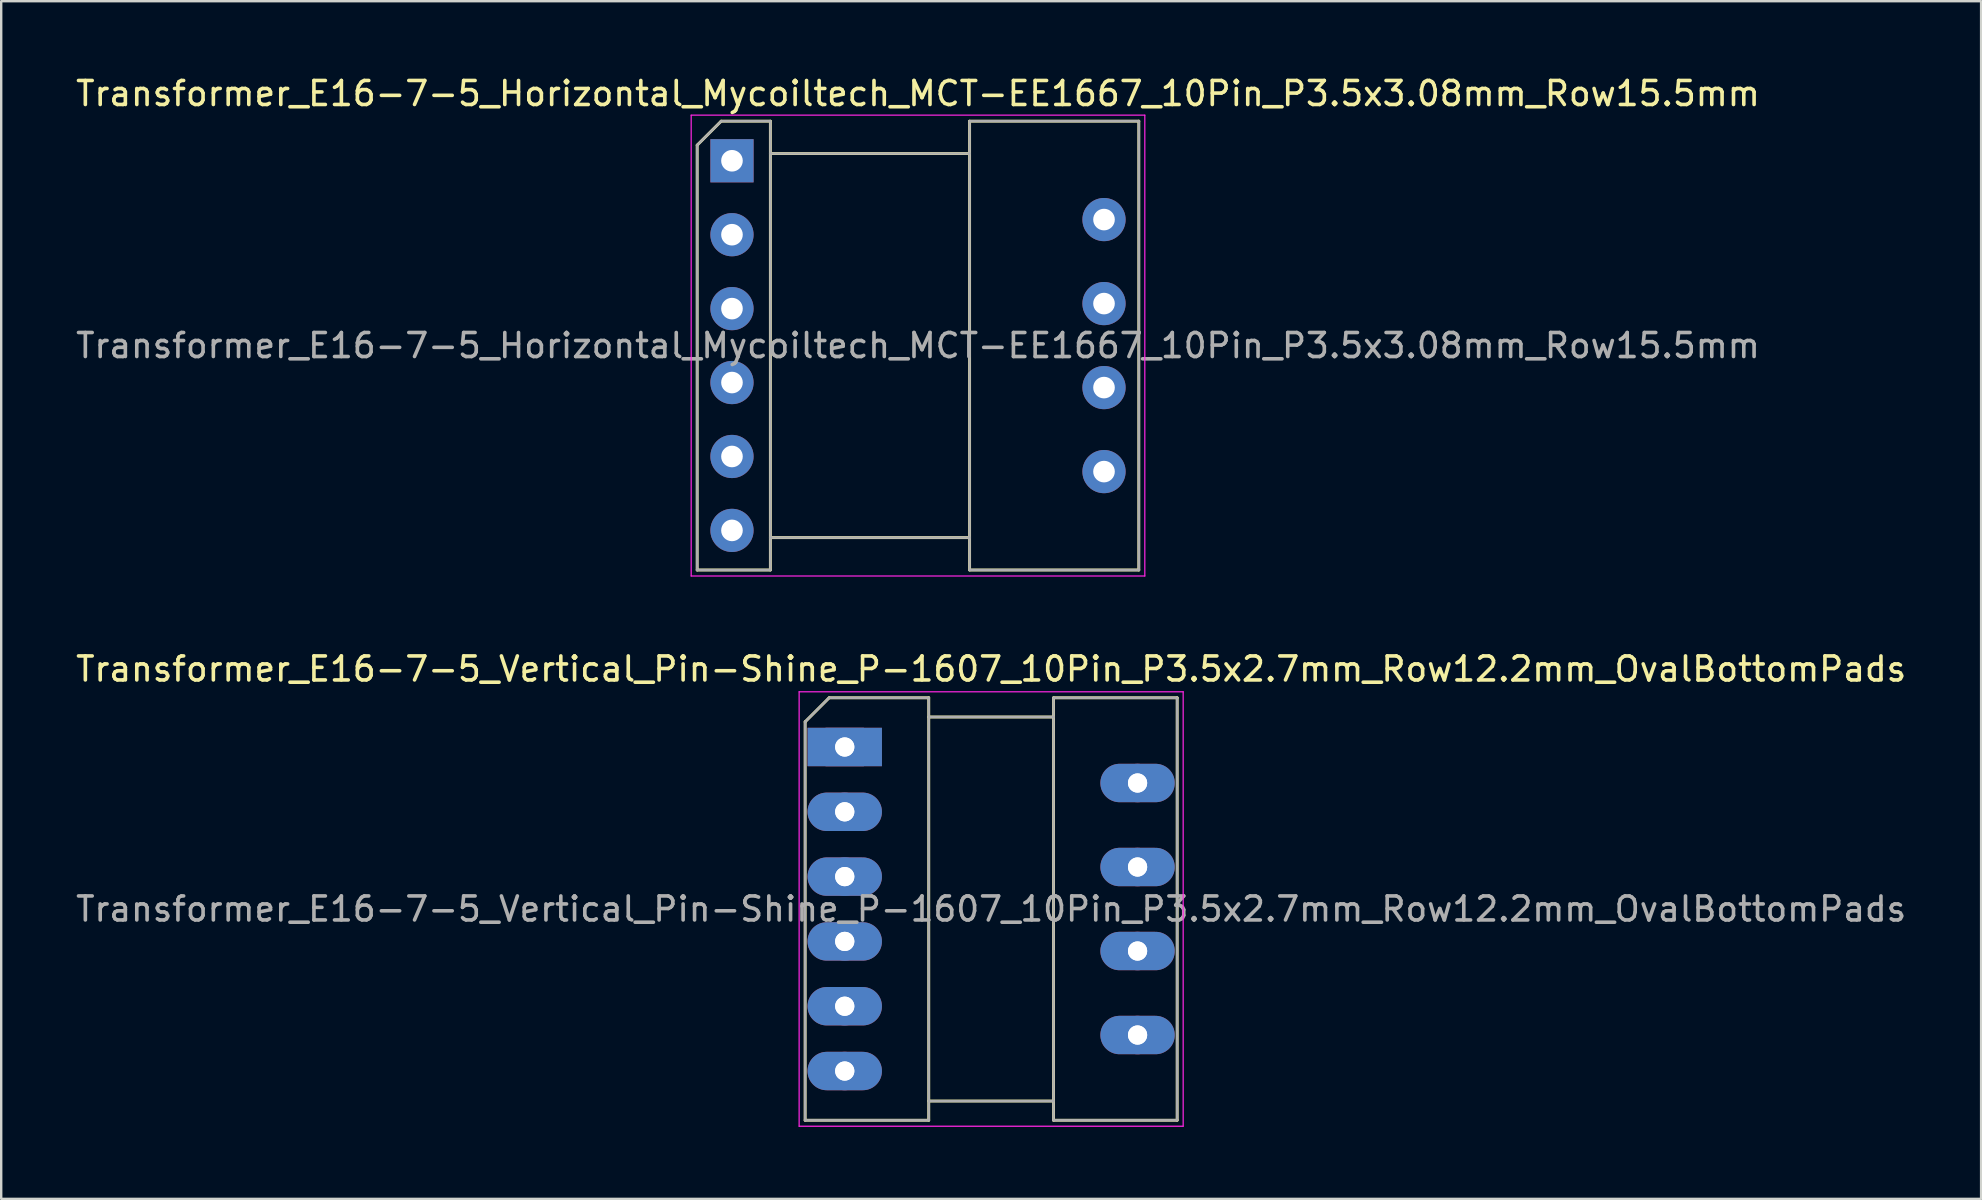
<source format=kicad_pcb>
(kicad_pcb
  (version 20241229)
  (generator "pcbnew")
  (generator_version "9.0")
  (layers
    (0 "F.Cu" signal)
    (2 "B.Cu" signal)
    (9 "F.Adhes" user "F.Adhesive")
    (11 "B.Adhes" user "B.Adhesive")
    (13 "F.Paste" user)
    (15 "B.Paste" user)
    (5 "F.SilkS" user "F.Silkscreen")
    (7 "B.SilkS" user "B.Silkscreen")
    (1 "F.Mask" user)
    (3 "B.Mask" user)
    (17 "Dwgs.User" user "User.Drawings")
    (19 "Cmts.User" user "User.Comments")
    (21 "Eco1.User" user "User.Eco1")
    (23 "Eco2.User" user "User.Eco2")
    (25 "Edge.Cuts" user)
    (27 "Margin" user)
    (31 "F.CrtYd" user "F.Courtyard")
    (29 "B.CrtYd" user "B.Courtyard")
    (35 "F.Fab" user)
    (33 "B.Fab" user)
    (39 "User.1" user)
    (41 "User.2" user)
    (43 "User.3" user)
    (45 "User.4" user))
  (footprint "Transformer_E16-7-5_Vertical_Pin-Shine_P-1607_10Pin_P3.5x2.7mm_Row12.2mm_OvalBottomPads"
    (layer "F.Cu")
    (at 32.144 28.072)
    (property "Reference" "Transformer_E16-7-5_Vertical_Pin-Shine_P-1607_10Pin_P3.5x2.7mm_Row12.2mm_OvalBottomPads" (at 6.1 -3.25 0) (layer "F.SilkS") (effects (font (size 1 1) (thickness 0.15))))
    (attr through_hole)
    (fp_line (start -1.65 15.55) (end -1.65 -1.05) (stroke (width 0.12) (type solid)) (layer "F.SilkS"))
    (fp_line (start -1.65 15.55) (end 3.5 15.55) (stroke (width 0.12) (type solid)) (layer "F.SilkS"))
    (fp_line (start -0.65 -2.05) (end -1.65 -1.05) (stroke (width 0.12) (type solid)) (layer "F.SilkS"))
    (fp_line (start -0.65 -2.05) (end 3.5 -2.05) (stroke (width 0.12) (type solid)) (layer "F.SilkS"))
    (fp_line (start 3.5 -1.25) (end 8.7 -1.25) (stroke (width 0.12) (type solid)) (layer "F.SilkS"))
    (fp_line (start 3.5 15.55) (end 3.5 -2.05) (stroke (width 0.12) (type solid)) (layer "F.SilkS"))
    (fp_line (start 8.7 -2.05) (end 8.7 15.55) (stroke (width 0.12) (type solid)) (layer "F.SilkS"))
    (fp_line (start 8.7 14.75) (end 3.5 14.75) (stroke (width 0.12) (type solid)) (layer "F.SilkS"))
    (fp_line (start 13.85 -2.05) (end 8.7 -2.05) (stroke (width 0.12) (type solid)) (layer "F.SilkS"))
    (fp_line (start 13.85 -2.05) (end 13.85 15.55) (stroke (width 0.12) (type solid)) (layer "F.SilkS"))
    (fp_line (start 13.85 15.55) (end 8.7 15.55) (stroke (width 0.12) (type solid)) (layer "F.SilkS"))
    (fp_line (start -1.9 -2.3) (end -1.9 15.8) (stroke (width 0.05) (type solid)) (layer "F.CrtYd"))
    (fp_line (start -1.9 -2.3) (end 14.1 -2.3) (stroke (width 0.05) (type solid)) (layer "F.CrtYd"))
    (fp_line (start -1.9 15.8) (end 14.1 15.8) (stroke (width 0.05) (type solid)) (layer "F.CrtYd"))
    (fp_line (start 14.1 -2.3) (end 14.1 15.8) (stroke (width 0.05) (type solid)) (layer "F.CrtYd"))
    (fp_line (start -1.65 15.55) (end -1.65 -1.05) (stroke (width 0.1) (type solid)) (layer "F.Fab"))
    (fp_line (start -1.65 15.55) (end 3.5 15.55) (stroke (width 0.1) (type solid)) (layer "F.Fab"))
    (fp_line (start -0.65 -2.05) (end -1.65 -1.05) (stroke (width 0.1) (type solid)) (layer "F.Fab"))
    (fp_line (start -0.65 -2.05) (end 3.5 -2.05) (stroke (width 0.1) (type solid)) (layer "F.Fab"))
    (fp_line (start 3.5 -1.25) (end 8.7 -1.25) (stroke (width 0.1) (type solid)) (layer "F.Fab"))
    (fp_line (start 3.5 15.55) (end 3.5 -2.05) (stroke (width 0.1) (type solid)) (layer "F.Fab"))
    (fp_line (start 8.7 -2.05) (end 8.7 15.55) (stroke (width 0.1) (type solid)) (layer "F.Fab"))
    (fp_line (start 8.7 14.75) (end 3.5 14.75) (stroke (width 0.1) (type solid)) (layer "F.Fab"))
    (fp_line (start 13.85 -2.05) (end 8.7 -2.05) (stroke (width 0.1) (type solid)) (layer "F.Fab"))
    (fp_line (start 13.85 -2.05) (end 13.85 15.55) (stroke (width 0.1) (type solid)) (layer "F.Fab"))
    (fp_line (start 13.85 15.55) (end 8.7 15.55) (stroke (width 0.1) (type solid)) (layer "F.Fab"))
    (fp_text user "${REFERENCE}" (at 6.1 6.75 0) (layer "F.Fab") (effects (font (size 1 1) (thickness 0.15))))
    (pad "1" thru_hole rect (at 0 0) (size 1.6 1.6) (drill 0.8) (layers "*.Cu" "*.Mask"))
    (pad "1" thru_hole rect (at 0 0) (size 3.1 1.6) (drill 0.8) (layers "B.Cu" "B.Mask"))
    (pad "2" thru_hole circle (at 0 2.7) (size 1.6 1.6) (drill 0.8) (layers "*.Cu" "*.Mask"))
    (pad "2" thru_hole oval (at 0 2.7) (size 3.1 1.6) (drill 0.8) (layers "B.Cu" "B.Mask"))
    (pad "3" thru_hole circle (at 0 5.4) (size 1.6 1.6) (drill 0.8) (layers "*.Cu" "*.Mask"))
    (pad "3" thru_hole oval (at 0 5.4) (size 3.1 1.6) (drill 0.8) (layers "B.Cu" "B.Mask"))
    (pad "4" thru_hole circle (at 0 8.1) (size 1.6 1.6) (drill 0.8) (layers "*.Cu" "*.Mask"))
    (pad "4" thru_hole oval (at 0 8.1) (size 3.1 1.6) (drill 0.8) (layers "B.Cu" "B.Mask"))
    (pad "5" thru_hole circle (at 0 10.8) (size 1.6 1.6) (drill 0.8) (layers "*.Cu" "*.Mask"))
    (pad "5" thru_hole oval (at 0 10.8) (size 3.1 1.6) (drill 0.8) (layers "B.Cu" "B.Mask"))
    (pad "6" thru_hole circle (at 0 13.5) (size 1.6 1.6) (drill 0.8) (layers "*.Cu" "*.Mask"))
    (pad "6" thru_hole oval (at 0 13.5) (size 3.1 1.6) (drill 0.8) (layers "B.Cu" "B.Mask"))
    (pad "7" thru_hole circle (at 12.2 12) (size 1.6 1.6) (drill 0.8) (layers "*.Cu" "*.Mask"))
    (pad "7" thru_hole oval (at 12.2 12) (size 3.1 1.6) (drill 0.8) (layers "B.Cu" "B.Mask"))
    (pad "8" thru_hole circle (at 12.2 8.5) (size 1.6 1.6) (drill 0.8) (layers "*.Cu" "*.Mask"))
    (pad "8" thru_hole oval (at 12.2 8.5) (size 3.1 1.6) (drill 0.8) (layers "B.Cu" "B.Mask"))
    (pad "9" thru_hole circle (at 12.2 5) (size 1.6 1.6) (drill 0.8) (layers "*.Cu" "*.Mask"))
    (pad "9" thru_hole oval (at 12.2 5) (size 3.1 1.6) (drill 0.8) (layers "B.Cu" "B.Mask"))
    (pad "10" thru_hole circle (at 12.2 1.5) (size 1.6 1.6) (drill 0.8) (layers "*.Cu" "*.Mask"))
    (pad "10" thru_hole oval (at 12.2 1.5) (size 3.1 1.6) (drill 0.8) (layers "B.Cu" "B.Mask")))
  (footprint "Transformer_E16-7-5_Horizontal_Mycoiltech_MCT-EE1667_10Pin_P3.5x3.08mm_Row15.5mm"
    (layer "F.Cu")
    (at 35.196 11.348)
    (property "Reference" "Transformer_E16-7-5_Horizontal_Mycoiltech_MCT-EE1667_10Pin_P3.5x3.08mm_Row15.5mm" (at 0 -10.5 0) (layer "F.SilkS") (effects (font (size 1 1) (thickness 0.15))))
    (attr through_hole)
    (fp_line (start -9.2 9.35) (end -9.2 -8.35) (stroke (width 0.12) (type solid)) (layer "F.SilkS"))
    (fp_line (start -9.2 9.35) (end -6.15 9.35) (stroke (width 0.12) (type solid)) (layer "F.SilkS"))
    (fp_line (start -8.2 -9.35) (end -9.2 -8.35) (stroke (width 0.12) (type solid)) (layer "F.SilkS"))
    (fp_line (start -8.2 -9.35) (end -6.15 -9.35) (stroke (width 0.12) (type solid)) (layer "F.SilkS"))
    (fp_line (start -6.15 -8) (end 2.15 -8) (stroke (width 0.12) (type solid)) (layer "F.SilkS"))
    (fp_line (start -6.15 9.35) (end -6.15 -9.35) (stroke (width 0.12) (type solid)) (layer "F.SilkS"))
    (fp_line (start 2.15 -9.35) (end 2.15 9.35) (stroke (width 0.12) (type solid)) (layer "F.SilkS"))
    (fp_line (start 2.15 8) (end -6.15 8) (stroke (width 0.12) (type solid)) (layer "F.SilkS"))
    (fp_line (start 9.2 -9.35) (end 2.15 -9.35) (stroke (width 0.12) (type solid)) (layer "F.SilkS"))
    (fp_line (start 9.2 -9.35) (end 9.2 9.35) (stroke (width 0.12) (type solid)) (layer "F.SilkS"))
    (fp_line (start 9.2 9.35) (end 2.15 9.35) (stroke (width 0.12) (type solid)) (layer "F.SilkS"))
    (fp_line (start -9.45 -9.6) (end -9.45 9.6) (stroke (width 0.05) (type solid)) (layer "F.CrtYd"))
    (fp_line (start -9.45 -9.6) (end 9.45 -9.6) (stroke (width 0.05) (type solid)) (layer "F.CrtYd"))
    (fp_line (start -9.45 9.6) (end 9.45 9.6) (stroke (width 0.05) (type solid)) (layer "F.CrtYd"))
    (fp_line (start 9.45 -9.6) (end 9.45 9.6) (stroke (width 0.05) (type solid)) (layer "F.CrtYd"))
    (fp_line (start -9.2 9.35) (end -9.2 -8.35) (stroke (width 0.1) (type solid)) (layer "F.Fab"))
    (fp_line (start -9.2 9.35) (end -6.15 9.35) (stroke (width 0.1) (type solid)) (layer "F.Fab"))
    (fp_line (start -8.2 -9.35) (end -9.2 -8.35) (stroke (width 0.1) (type solid)) (layer "F.Fab"))
    (fp_line (start -8.2 -9.35) (end -6.15 -9.35) (stroke (width 0.1) (type solid)) (layer "F.Fab"))
    (fp_line (start -6.15 -8) (end 2.15 -8) (stroke (width 0.1) (type solid)) (layer "F.Fab"))
    (fp_line (start -6.15 9.35) (end -6.15 -9.35) (stroke (width 0.1) (type solid)) (layer "F.Fab"))
    (fp_line (start 2.15 -9.35) (end 2.15 9.35) (stroke (width 0.1) (type solid)) (layer "F.Fab"))
    (fp_line (start 2.15 8) (end -6.15 8) (stroke (width 0.1) (type solid)) (layer "F.Fab"))
    (fp_line (start 9.2 -9.35) (end 2.15 -9.35) (stroke (width 0.1) (type solid)) (layer "F.Fab"))
    (fp_line (start 9.2 -9.35) (end 9.2 9.35) (stroke (width 0.1) (type solid)) (layer "F.Fab"))
    (fp_line (start 9.2 9.35) (end 2.15 9.35) (stroke (width 0.1) (type solid)) (layer "F.Fab"))
    (fp_text user "${REFERENCE}" (at 0 0 0) (layer "F.Fab") (effects (font (size 1 1) (thickness 0.15))))
    (pad "1" thru_hole rect (at -7.75 -7.7) (size 1.8 1.8) (drill 0.9) (layers "*.Cu" "*.Mask"))
    (pad "2" thru_hole circle (at -7.75 -4.62) (size 1.8 1.8) (drill 0.9) (layers "*.Cu" "*.Mask"))
    (pad "3" thru_hole circle (at -7.75 -1.54) (size 1.8 1.8) (drill 0.9) (layers "*.Cu" "*.Mask"))
    (pad "4" thru_hole circle (at -7.75 1.54) (size 1.8 1.8) (drill 0.9) (layers "*.Cu" "*.Mask"))
    (pad "5" thru_hole circle (at -7.75 4.62) (size 1.8 1.8) (drill 0.9) (layers "*.Cu" "*.Mask"))
    (pad "6" thru_hole circle (at -7.75 7.7) (size 1.8 1.8) (drill 0.9) (layers "*.Cu" "*.Mask"))
    (pad "7" thru_hole circle (at 7.75 5.25) (size 1.8 1.8) (drill 0.9) (layers "*.Cu" "*.Mask"))
    (pad "8" thru_hole circle (at 7.75 1.75) (size 1.8 1.8) (drill 0.9) (layers "*.Cu" "*.Mask"))
    (pad "9" thru_hole circle (at 7.75 -1.75) (size 1.8 1.8) (drill 0.9) (layers "*.Cu" "*.Mask"))
    (pad "10" thru_hole circle (at 7.75 -5.25) (size 1.8 1.8) (drill 0.9) (layers "*.Cu" "*.Mask")))
  (gr_rect
    (start -3 -3)
    (end 79.488 46.897)
    (stroke (width 0.1) (type default))
    (fill no)
    (layer "Edge.Cuts")))
</source>
